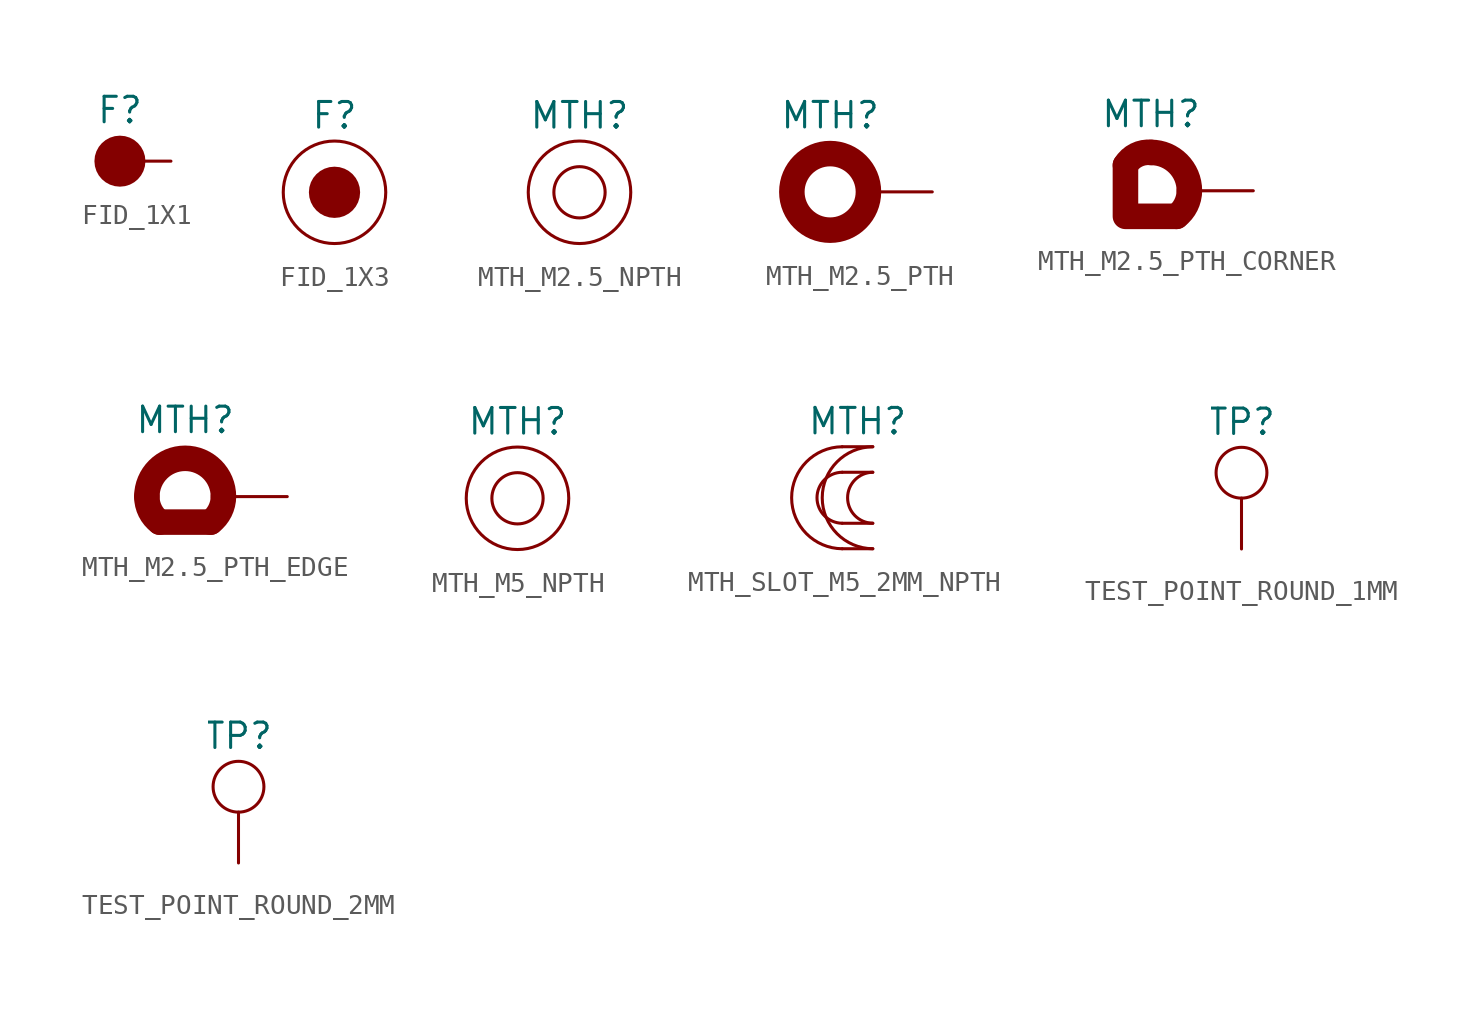
<source format=kicad_sym>
(kicad_symbol_lib
  (version 20211014)
  (generator kicad_symbol_editor)
  (symbol "FID_1X1"
    (pin_numbers hide)
    (pin_names
      (offset 1.016) hide)
    (property "Reference" "F"
      (at 0 2.54 0)
      (effects (font (size 1.27 1.27))))
    (symbol "FID_1X1_0_1"
      (circle (center 0 0) (radius 0.635) (stroke (width 1.27) (type default) (color 0 0 0 0)) (fill (type none))))
    (symbol "FID_1X1_1_1"
      (pin input line (at 2.54 0 180) (length 2.54) (name "1" (effects (font (size 1.27 1.27)))) (number "1" (effects (font (size 1.27 1.27)))))))
  (symbol "FID_1X3"
    (pin_names
      (offset 1.016))
    (property "Reference" "F"
      (at 0 3.81 0)
      (effects (font (size 1.27 1.27))))
    (symbol "FID_1X3_0_1"
      (circle (center 0 0) (radius 0.635) (stroke (width 1.27) (type default) (color 0 0 0 0)) (fill (type none)))
      (circle (center 0 0) (radius 2.54) (stroke (width 0) (type default) (color 0 0 0 0)) (fill (type none)))))
  (symbol "MTH_M2.5_NPTH"
    (pin_numbers hide)
    (pin_names
      (offset 1.016) hide)
    (property "Reference" "MTH"
      (at 0 3.81 0)
      (effects (font (size 1.27 1.27))))
    (symbol "MTH_M2.5_NPTH_0_1"
      (circle (center 0 0) (radius 1.27) (stroke (width 0) (type default) (color 0 0 0 0)) (fill (type none)))
      (circle (center 0 0) (radius 2.54) (stroke (width 0) (type default) (color 0 0 0 0)) (fill (type none)))))
  (symbol "MTH_M2.5_PTH"
    (pin_numbers hide)
    (pin_names
      (offset 1.016) hide)
    (property "Reference" "MTH"
      (at 0 3.81 0)
      (effects (font (size 1.27 1.27))))
    (symbol "MTH_M2.5_PTH_0_1"
      (circle (center 0 0) (radius 1.905) (stroke (width 1.27) (type default) (color 0 0 0 0)) (fill (type none))))
    (symbol "MTH_M2.5_PTH_1_1"
      (pin passive line (at 5.08 0 180) (length 2.54) (name "1" (effects (font (size 1.27 1.27)))) (number "1" (effects (font (size 1.27 1.27)))))))
  (symbol "MTH_M2.5_PTH_CORNER"
    (pin_numbers hide)
    (pin_names
      (offset 1.016) hide)
    (property "Reference" "MTH"
      (at 0 3.81 0)
      (effects (font (size 1.27 1.27))))
    (symbol "MTH_M2.5_PTH_CORNER_0_1"
      (polyline (pts (xy 1.27 -1.27) (xy -1.27 -1.27) (xy -1.27 1.27)) (stroke (width 1.27) (type default) (color 0 0 0 0)) (fill (type none)))
      (arc (start 0 1.905) (mid -0.7266 1.7708) (end -1.27 1.27) (stroke (width 1.27) (type default) (color 0 0 0 0)) (fill (type none)))
      (arc (start 1.27 -1.27) (mid 1.7341 -0.7083) (end 1.905 0) (stroke (width 1.27) (type default) (color 0 0 0 0)) (fill (type none)))
      (arc (start 1.905 0) (mid 1.347 1.347) (end 0 1.905) (stroke (width 1.27) (type default) (color 0 0 0 0)) (fill (type none))))
    (symbol "MTH_M2.5_PTH_CORNER_1_1"
      (pin passive line (at 5.08 0 180) (length 2.54) (name "1" (effects (font (size 1.27 1.27)))) (number "1" (effects (font (size 1.27 1.27)))))))
  (symbol "MTH_M2.5_PTH_EDGE"
    (pin_numbers hide)
    (pin_names
      (offset 1.016) hide)
    (property "Reference" "MTH"
      (at 0 3.81 0)
      (effects (font (size 1.27 1.27))))
    (symbol "MTH_M2.5_PTH_EDGE_0_1"
      (arc (start -1.905 0) (mid -1.7386 -0.7105) (end -1.27 -1.27) (stroke (width 1.27) (type default) (color 0 0 0 0)) (fill (type none)))
      (polyline (pts (xy -1.27 -1.27) (xy 1.27 -1.27)) (stroke (width 1.27) (type default) (color 0 0 0 0)) (fill (type none)))
      (arc (start 1.27 -1.27) (mid 1.7341 -0.7083) (end 1.905 0) (stroke (width 1.27) (type default) (color 0 0 0 0)) (fill (type none)))
      (arc (start 1.905 0) (mid 0 1.905) (end -1.905 0) (stroke (width 1.27) (type default) (color 0 0 0 0)) (fill (type none))))
    (symbol "MTH_M2.5_PTH_EDGE_1_1"
      (pin passive line (at 5.08 0 180) (length 2.54) (name "1" (effects (font (size 1.27 1.27)))) (number "1" (effects (font (size 1.27 1.27)))))))
  (symbol "MTH_M5_NPTH"
    (pin_numbers hide)
    (pin_names
      (offset 1.016) hide)
    (property "Reference" "MTH"
      (at 0 3.81 0)
      (effects (font (size 1.27 1.27))))
    (symbol "MTH_M5_NPTH_0_1"
      (circle (center 0 0) (radius 1.27) (stroke (width 0) (type default) (color 0 0 0 0)) (fill (type none)))
      (circle (center 0 0) (radius 2.54) (stroke (width 0) (type default) (color 0 0 0 0)) (fill (type none)))))
  (symbol "MTH_SLOT_M5_2MM_NPTH"
    (pin_numbers hide)
    (pin_names
      (offset 1.016) hide)
    (property "Reference" "MTH"
      (at 0 3.81 0)
      (effects (font (size 1.27 1.27))))
    (symbol "MTH_SLOT_M5_2MM_NPTH_0_1"
      (arc (start -0.762 1.27) (mid -2.0162 0) (end -0.762 -1.27) (stroke (width 0) (type default) (color 0 0 0 0)) (fill (type none)))
      (arc (start -0.762 2.54) (mid -3.2796 0) (end -0.762 -2.54) (stroke (width 0) (type default) (color 0 0 0 0)) (fill (type none)))
      (polyline (pts (xy -0.762 -2.54) (xy 0.762 -2.54)) (stroke (width 0) (type default) (color 0 0 0 0)) (fill (type none)))
      (polyline (pts (xy -0.762 -1.27) (xy 0.762 -1.27)) (stroke (width 0) (type default) (color 0 0 0 0)) (fill (type none)))
      (polyline (pts (xy -0.762 1.27) (xy 0.762 1.27)) (stroke (width 0) (type default) (color 0 0 0 0)) (fill (type none)))
      (polyline (pts (xy -0.762 2.54) (xy 0.762 2.54)) (stroke (width 0) (type default) (color 0 0 0 0)) (fill (type none)))
      (arc (start 0.762 1.27) (mid -0.524 0) (end 0.762 -1.27) (stroke (width 0) (type default) (color 0 0 0 0)) (fill (type none)))
      (arc (start 0.762 2.54) (mid -1.8006 0) (end 0.762 -2.54) (stroke (width 0) (type default) (color 0 0 0 0)) (fill (type none)))))
  (symbol "TEST_POINT_ROUND_1MM"
    (pin_numbers hide)
    (pin_names hide)
    (property "Reference" "TP"
      (at 0 6.35 0)
      (effects (font (size 1.27 1.27))))
    (symbol "TEST_POINT_ROUND_1MM_0_1"
      (circle (center 0 3.81) (radius 1.27) (stroke (width 0) (type default) (color 0 0 0 0)) (fill (type none))))
    (symbol "TEST_POINT_ROUND_1MM_1_1"
      (pin passive line (at 0 0 90) (length 2.54) (name "1" (effects (font (size 1.27 1.27)))) (number "1" (effects (font (size 1.27 1.27)))))))
  (symbol "TEST_POINT_ROUND_2MM"
    (pin_numbers hide)
    (pin_names hide)
    (property "Reference" "TP"
      (at 0 6.35 0)
      (effects (font (size 1.27 1.27))))
    (symbol "TEST_POINT_ROUND_2MM_0_1"
      (circle (center 0 3.81) (radius 1.27) (stroke (width 0) (type default) (color 0 0 0 0)) (fill (type none))))
    (symbol "TEST_POINT_ROUND_2MM_1_1"
      (pin passive line (at 0 0 90) (length 2.54) (name "1" (effects (font (size 1.27 1.27)))) (number "1" (effects (font (size 1.27 1.27))))))))
</source>
